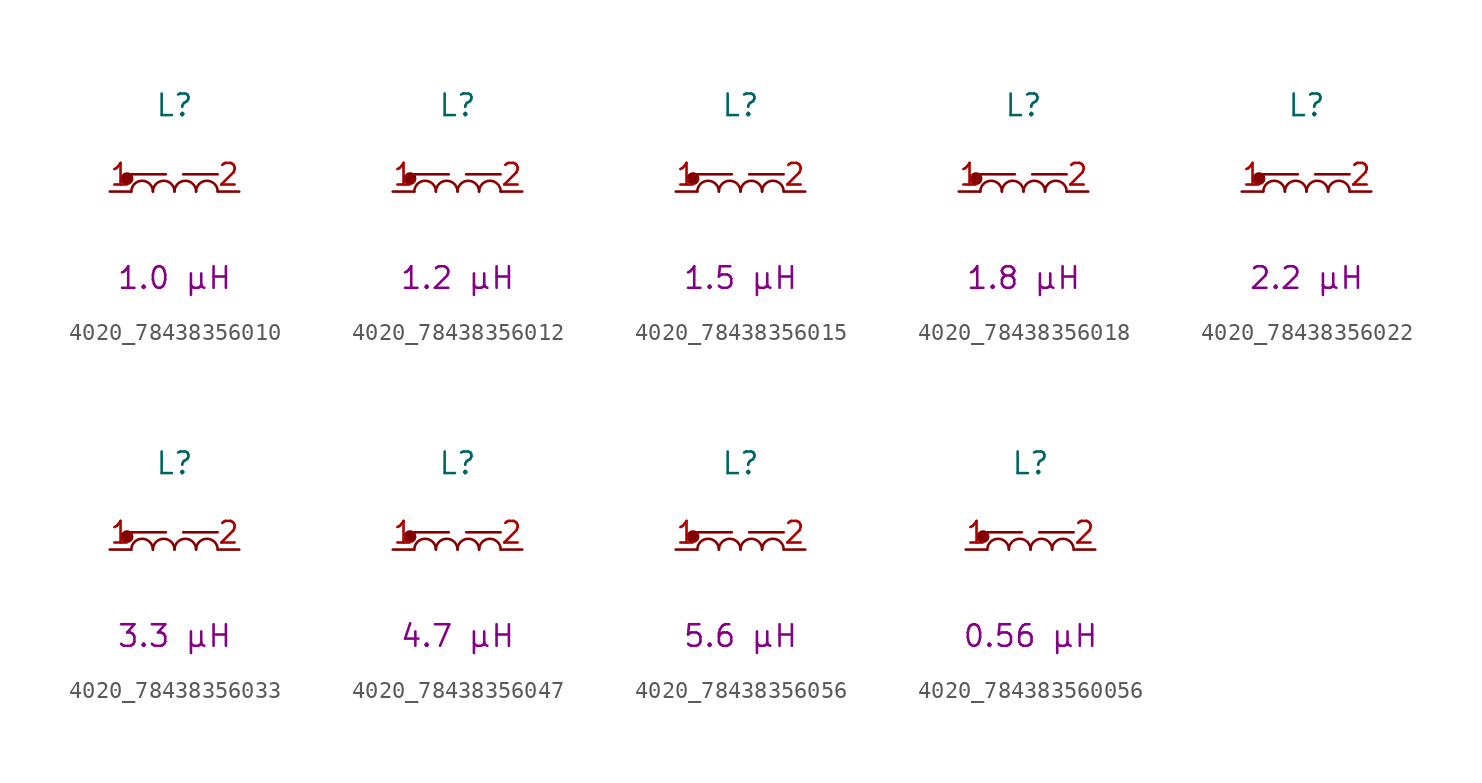
<source format=kicad_sym>
(kicad_symbol_lib
  (version 20220914)
  (generator kicad_symbol_editor)
  (symbol "4020_78438356010"
    (pin_names hide)
    (property "Reference" "L"
      (at 0 5.08 0)
      (effects (font (size 1.27 1.27))))
    (property "Critical Parameter" "1.0 µH"
      (at 0 -5.08 0)
      (effects (font (size 1.27 1.27))))
    (symbol "4020_78438356010_0_1"
      (arc (start -1.27 0) (mid -1.905 0.6323) (end -2.54 0) (stroke (width 0) (type default)) (fill (type none)))
      (arc (start 0 0) (mid -0.635 0.6323) (end -1.27 0) (stroke (width 0) (type default)) (fill (type none)))
      (polyline (pts (xy -2.54 1.016) (xy -0.508 1.016)) (stroke (width 0) (type default)) (fill (type none)))
      (arc (start 1.27 0) (mid 0.635 0.6323) (end 0 0) (stroke (width 0) (type default)) (fill (type none)))
      (arc (start 2.54 0) (mid 1.905 0.6323) (end 1.27 0) (stroke (width 0) (type default)) (fill (type none))))
    (symbol "4020_78438356010_1_1"
      (circle (center -2.794 0.762) (radius 0.0001) (stroke (width 0.381) (type default)) (fill (type none)))
      (polyline (pts (xy 2.54 1.016) (xy 0.508 1.016)) (stroke (width 0) (type default)) (fill (type none)))
      (pin passive line (at -3.81 0 0) (length 1.27) (name "1" (effects (font (size 1.27 1.27)))) (number "1" (effects (font (size 1.27 1.27)))))
      (pin passive line (at 3.81 0 180) (length 1.27) (name "2" (effects (font (size 1.27 1.27)))) (number "2" (effects (font (size 1.27 1.27)))))))
  (symbol "4020_78438356012"
    (pin_names hide)
    (property "Reference" "L"
      (at 0 5.08 0)
      (effects (font (size 1.27 1.27))))
    (property "Critical Parameter" "1.2 µH"
      (at 0 -5.08 0)
      (effects (font (size 1.27 1.27))))
    (symbol "4020_78438356012_0_1"
      (arc (start -1.27 0) (mid -1.905 0.6323) (end -2.54 0) (stroke (width 0) (type default)) (fill (type none)))
      (arc (start 0 0) (mid -0.635 0.6323) (end -1.27 0) (stroke (width 0) (type default)) (fill (type none)))
      (polyline (pts (xy -2.54 1.016) (xy -0.508 1.016)) (stroke (width 0) (type default)) (fill (type none)))
      (arc (start 1.27 0) (mid 0.635 0.6323) (end 0 0) (stroke (width 0) (type default)) (fill (type none)))
      (arc (start 2.54 0) (mid 1.905 0.6323) (end 1.27 0) (stroke (width 0) (type default)) (fill (type none))))
    (symbol "4020_78438356012_1_1"
      (circle (center -2.794 0.762) (radius 0.0001) (stroke (width 0.381) (type default)) (fill (type none)))
      (polyline (pts (xy 2.54 1.016) (xy 0.508 1.016)) (stroke (width 0) (type default)) (fill (type none)))
      (pin passive line (at -3.81 0 0) (length 1.27) (name "1" (effects (font (size 1.27 1.27)))) (number "1" (effects (font (size 1.27 1.27)))))
      (pin passive line (at 3.81 0 180) (length 1.27) (name "2" (effects (font (size 1.27 1.27)))) (number "2" (effects (font (size 1.27 1.27)))))))
  (symbol "4020_78438356015"
    (pin_names hide)
    (property "Reference" "L"
      (at 0 5.08 0)
      (effects (font (size 1.27 1.27))))
    (property "Critical Parameter" "1.5 µH"
      (at 0 -5.08 0)
      (effects (font (size 1.27 1.27))))
    (symbol "4020_78438356015_0_1"
      (arc (start -1.27 0) (mid -1.905 0.6323) (end -2.54 0) (stroke (width 0) (type default)) (fill (type none)))
      (arc (start 0 0) (mid -0.635 0.6323) (end -1.27 0) (stroke (width 0) (type default)) (fill (type none)))
      (polyline (pts (xy -2.54 1.016) (xy -0.508 1.016)) (stroke (width 0) (type default)) (fill (type none)))
      (arc (start 1.27 0) (mid 0.635 0.6323) (end 0 0) (stroke (width 0) (type default)) (fill (type none)))
      (arc (start 2.54 0) (mid 1.905 0.6323) (end 1.27 0) (stroke (width 0) (type default)) (fill (type none))))
    (symbol "4020_78438356015_1_1"
      (circle (center -2.794 0.762) (radius 0.0001) (stroke (width 0.381) (type default)) (fill (type none)))
      (polyline (pts (xy 2.54 1.016) (xy 0.508 1.016)) (stroke (width 0) (type default)) (fill (type none)))
      (pin passive line (at -3.81 0 0) (length 1.27) (name "1" (effects (font (size 1.27 1.27)))) (number "1" (effects (font (size 1.27 1.27)))))
      (pin passive line (at 3.81 0 180) (length 1.27) (name "2" (effects (font (size 1.27 1.27)))) (number "2" (effects (font (size 1.27 1.27)))))))
  (symbol "4020_78438356018"
    (pin_names hide)
    (property "Reference" "L"
      (at 0 5.08 0)
      (effects (font (size 1.27 1.27))))
    (property "Critical Parameter" "1.8 µH"
      (at 0 -5.08 0)
      (effects (font (size 1.27 1.27))))
    (symbol "4020_78438356018_0_1"
      (arc (start -1.27 0) (mid -1.905 0.6323) (end -2.54 0) (stroke (width 0) (type default)) (fill (type none)))
      (arc (start 0 0) (mid -0.635 0.6323) (end -1.27 0) (stroke (width 0) (type default)) (fill (type none)))
      (polyline (pts (xy -2.54 1.016) (xy -0.508 1.016)) (stroke (width 0) (type default)) (fill (type none)))
      (arc (start 1.27 0) (mid 0.635 0.6323) (end 0 0) (stroke (width 0) (type default)) (fill (type none)))
      (arc (start 2.54 0) (mid 1.905 0.6323) (end 1.27 0) (stroke (width 0) (type default)) (fill (type none))))
    (symbol "4020_78438356018_1_1"
      (circle (center -2.794 0.762) (radius 0.0001) (stroke (width 0.381) (type default)) (fill (type none)))
      (polyline (pts (xy 2.54 1.016) (xy 0.508 1.016)) (stroke (width 0) (type default)) (fill (type none)))
      (pin passive line (at -3.81 0 0) (length 1.27) (name "1" (effects (font (size 1.27 1.27)))) (number "1" (effects (font (size 1.27 1.27)))))
      (pin passive line (at 3.81 0 180) (length 1.27) (name "2" (effects (font (size 1.27 1.27)))) (number "2" (effects (font (size 1.27 1.27)))))))
  (symbol "4020_78438356022"
    (pin_names hide)
    (property "Reference" "L"
      (at 0 5.08 0)
      (effects (font (size 1.27 1.27))))
    (property "Critical Parameter" "2.2 µH"
      (at 0 -5.08 0)
      (effects (font (size 1.27 1.27))))
    (symbol "4020_78438356022_0_1"
      (arc (start -1.27 0) (mid -1.905 0.6323) (end -2.54 0) (stroke (width 0) (type default)) (fill (type none)))
      (arc (start 0 0) (mid -0.635 0.6323) (end -1.27 0) (stroke (width 0) (type default)) (fill (type none)))
      (polyline (pts (xy -2.54 1.016) (xy -0.508 1.016)) (stroke (width 0) (type default)) (fill (type none)))
      (arc (start 1.27 0) (mid 0.635 0.6323) (end 0 0) (stroke (width 0) (type default)) (fill (type none)))
      (arc (start 2.54 0) (mid 1.905 0.6323) (end 1.27 0) (stroke (width 0) (type default)) (fill (type none))))
    (symbol "4020_78438356022_1_1"
      (circle (center -2.794 0.762) (radius 0.0001) (stroke (width 0.381) (type default)) (fill (type none)))
      (polyline (pts (xy 2.54 1.016) (xy 0.508 1.016)) (stroke (width 0) (type default)) (fill (type none)))
      (pin passive line (at -3.81 0 0) (length 1.27) (name "1" (effects (font (size 1.27 1.27)))) (number "1" (effects (font (size 1.27 1.27)))))
      (pin passive line (at 3.81 0 180) (length 1.27) (name "2" (effects (font (size 1.27 1.27)))) (number "2" (effects (font (size 1.27 1.27)))))))
  (symbol "4020_78438356033"
    (pin_names hide)
    (property "Reference" "L"
      (at 0 5.08 0)
      (effects (font (size 1.27 1.27))))
    (property "Critical Parameter" "3.3 µH"
      (at 0 -5.08 0)
      (effects (font (size 1.27 1.27))))
    (symbol "4020_78438356033_0_1"
      (arc (start -1.27 0) (mid -1.905 0.6323) (end -2.54 0) (stroke (width 0) (type default)) (fill (type none)))
      (arc (start 0 0) (mid -0.635 0.6323) (end -1.27 0) (stroke (width 0) (type default)) (fill (type none)))
      (polyline (pts (xy -2.54 1.016) (xy -0.508 1.016)) (stroke (width 0) (type default)) (fill (type none)))
      (arc (start 1.27 0) (mid 0.635 0.6323) (end 0 0) (stroke (width 0) (type default)) (fill (type none)))
      (arc (start 2.54 0) (mid 1.905 0.6323) (end 1.27 0) (stroke (width 0) (type default)) (fill (type none))))
    (symbol "4020_78438356033_1_1"
      (circle (center -2.794 0.762) (radius 0.0001) (stroke (width 0.381) (type default)) (fill (type none)))
      (polyline (pts (xy 2.54 1.016) (xy 0.508 1.016)) (stroke (width 0) (type default)) (fill (type none)))
      (pin passive line (at -3.81 0 0) (length 1.27) (name "1" (effects (font (size 1.27 1.27)))) (number "1" (effects (font (size 1.27 1.27)))))
      (pin passive line (at 3.81 0 180) (length 1.27) (name "2" (effects (font (size 1.27 1.27)))) (number "2" (effects (font (size 1.27 1.27)))))))
  (symbol "4020_78438356047"
    (pin_names hide)
    (property "Reference" "L"
      (at 0 5.08 0)
      (effects (font (size 1.27 1.27))))
    (property "Critical Parameter" "4.7 µH"
      (at 0 -5.08 0)
      (effects (font (size 1.27 1.27))))
    (symbol "4020_78438356047_0_1"
      (arc (start -1.27 0) (mid -1.905 0.6323) (end -2.54 0) (stroke (width 0) (type default)) (fill (type none)))
      (arc (start 0 0) (mid -0.635 0.6323) (end -1.27 0) (stroke (width 0) (type default)) (fill (type none)))
      (polyline (pts (xy -2.54 1.016) (xy -0.508 1.016)) (stroke (width 0) (type default)) (fill (type none)))
      (arc (start 1.27 0) (mid 0.635 0.6323) (end 0 0) (stroke (width 0) (type default)) (fill (type none)))
      (arc (start 2.54 0) (mid 1.905 0.6323) (end 1.27 0) (stroke (width 0) (type default)) (fill (type none))))
    (symbol "4020_78438356047_1_1"
      (circle (center -2.794 0.762) (radius 0.0001) (stroke (width 0.381) (type default)) (fill (type none)))
      (polyline (pts (xy 2.54 1.016) (xy 0.508 1.016)) (stroke (width 0) (type default)) (fill (type none)))
      (pin passive line (at -3.81 0 0) (length 1.27) (name "1" (effects (font (size 1.27 1.27)))) (number "1" (effects (font (size 1.27 1.27)))))
      (pin passive line (at 3.81 0 180) (length 1.27) (name "2" (effects (font (size 1.27 1.27)))) (number "2" (effects (font (size 1.27 1.27)))))))
  (symbol "4020_78438356056"
    (pin_names hide)
    (property "Reference" "L"
      (at 0 5.08 0)
      (effects (font (size 1.27 1.27))))
    (property "Critical Parameter" "5.6 µH"
      (at 0 -5.08 0)
      (effects (font (size 1.27 1.27))))
    (symbol "4020_78438356056_0_1"
      (arc (start -1.27 0) (mid -1.905 0.6323) (end -2.54 0) (stroke (width 0) (type default)) (fill (type none)))
      (arc (start 0 0) (mid -0.635 0.6323) (end -1.27 0) (stroke (width 0) (type default)) (fill (type none)))
      (polyline (pts (xy -2.54 1.016) (xy -0.508 1.016)) (stroke (width 0) (type default)) (fill (type none)))
      (arc (start 1.27 0) (mid 0.635 0.6323) (end 0 0) (stroke (width 0) (type default)) (fill (type none)))
      (arc (start 2.54 0) (mid 1.905 0.6323) (end 1.27 0) (stroke (width 0) (type default)) (fill (type none))))
    (symbol "4020_78438356056_1_1"
      (circle (center -2.794 0.762) (radius 0.0001) (stroke (width 0.381) (type default)) (fill (type none)))
      (polyline (pts (xy 2.54 1.016) (xy 0.508 1.016)) (stroke (width 0) (type default)) (fill (type none)))
      (pin passive line (at -3.81 0 0) (length 1.27) (name "1" (effects (font (size 1.27 1.27)))) (number "1" (effects (font (size 1.27 1.27)))))
      (pin passive line (at 3.81 0 180) (length 1.27) (name "2" (effects (font (size 1.27 1.27)))) (number "2" (effects (font (size 1.27 1.27)))))))
  (symbol "4020_784383560056"
    (pin_names hide)
    (property "Reference" "L"
      (at 0 5.08 0)
      (effects (font (size 1.27 1.27))))
    (property "Critical Parameter" "0.56 µH"
      (at 0 -5.08 0)
      (effects (font (size 1.27 1.27))))
    (symbol "4020_784383560056_0_1"
      (arc (start -1.27 0) (mid -1.905 0.6323) (end -2.54 0) (stroke (width 0) (type default)) (fill (type none)))
      (arc (start 0 0) (mid -0.635 0.6323) (end -1.27 0) (stroke (width 0) (type default)) (fill (type none)))
      (polyline (pts (xy -2.54 1.016) (xy -0.508 1.016)) (stroke (width 0) (type default)) (fill (type none)))
      (arc (start 1.27 0) (mid 0.635 0.6323) (end 0 0) (stroke (width 0) (type default)) (fill (type none)))
      (arc (start 2.54 0) (mid 1.905 0.6323) (end 1.27 0) (stroke (width 0) (type default)) (fill (type none))))
    (symbol "4020_784383560056_1_1"
      (circle (center -2.794 0.762) (radius 0.0001) (stroke (width 0.381) (type default)) (fill (type none)))
      (polyline (pts (xy 2.54 1.016) (xy 0.508 1.016)) (stroke (width 0) (type default)) (fill (type none)))
      (pin passive line (at -3.81 0 0) (length 1.27) (name "1" (effects (font (size 1.27 1.27)))) (number "1" (effects (font (size 1.27 1.27)))))
      (pin passive line (at 3.81 0 180) (length 1.27) (name "2" (effects (font (size 1.27 1.27)))) (number "2" (effects (font (size 1.27 1.27))))))))
</source>
